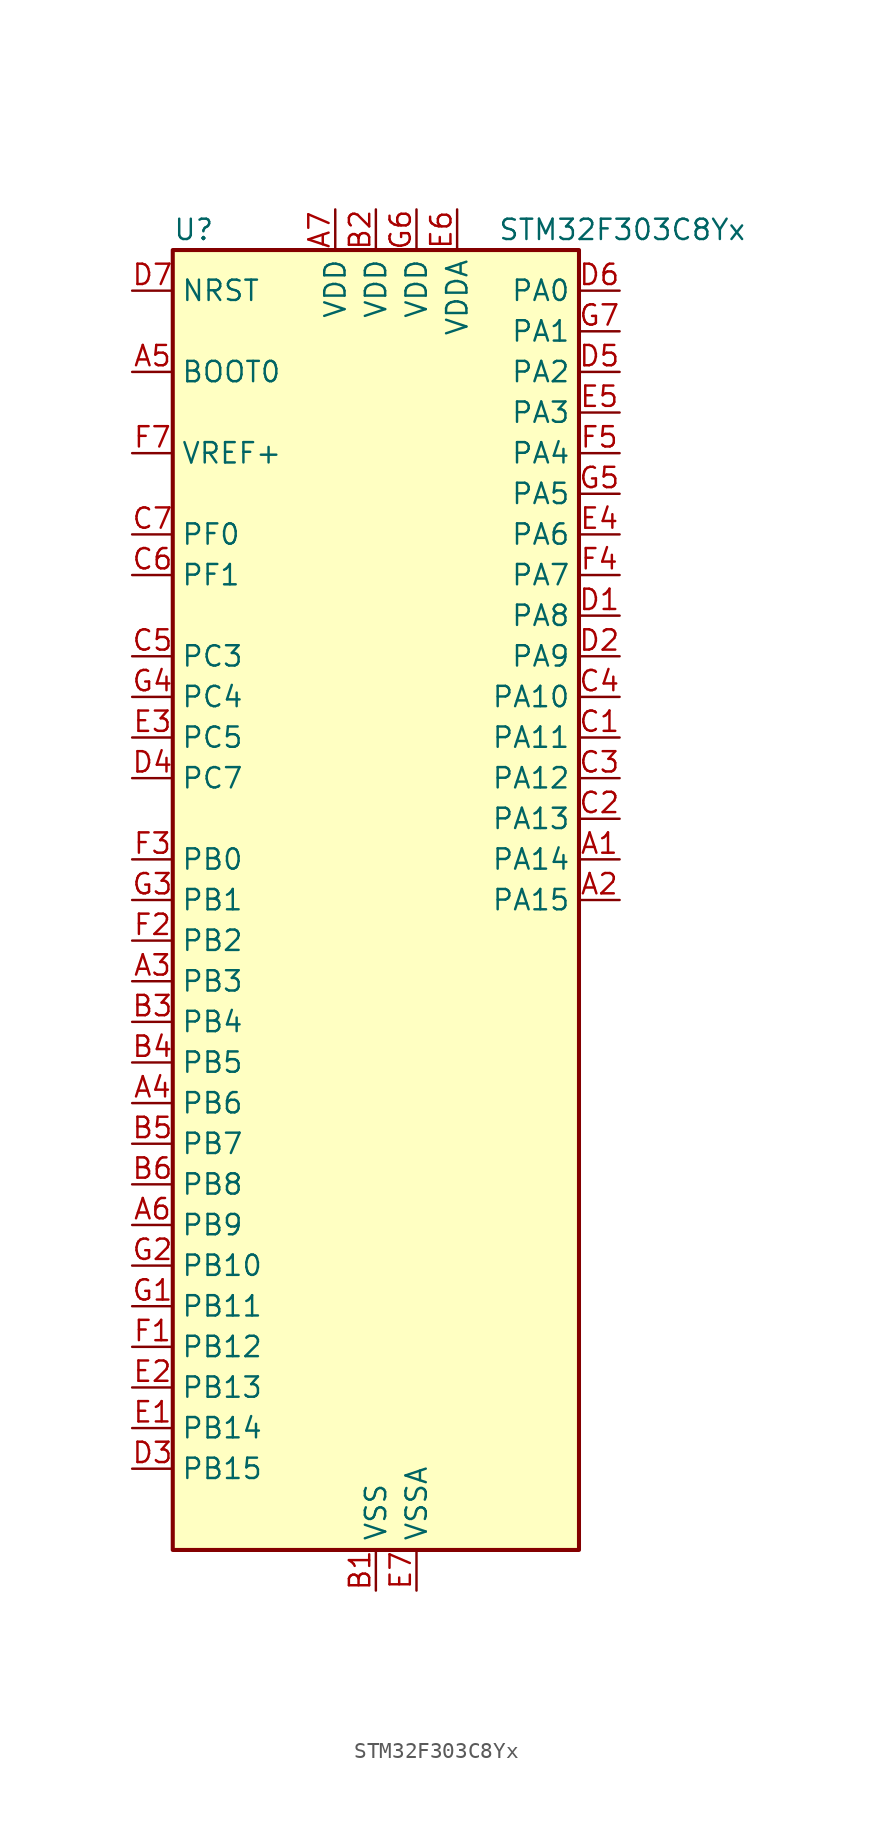
<source format=kicad_sym>
(kicad_symbol_lib
  (version 20231120)
  (generator "kicad_symbol_editor")
  (generator_version "8.0")
  (symbol "STM32F303C8Yx"
    (property "Reference" "U"
      (at -12.7 41.91 0)
      (effects (font (size 1.27 1.27)) (justify left)))
    (property "Value" "STM32F303C8Yx"
      (at 7.62 41.91 0)
      (effects (font (size 1.27 1.27)) (justify left)))
    (property "ki_locked" ""
      (at 0 0 0)
      (effects (font (size 1.27 1.27))))
    (symbol "STM32F303C8Yx_0_1"
      (rectangle (start -12.7 -40.64) (end 12.7 40.64) (stroke (width 0.254) (type default)) (fill (type background))))
    (symbol "STM32F303C8Yx_1_1"
      (pin bidirectional line (at 15.24 2.54 180) (length 2.54) (name "PA14" (effects (font (size 1.27 1.27)))) (number "A1" (effects (font (size 1.27 1.27)))) (alternate "I2C1_SDA" bidirectional line) (alternate "SYS_JTCK-SWCLK" bidirectional line) (alternate "TIM1_BKIN" bidirectional line) (alternate "TSC_G4_IO4" bidirectional line) (alternate "USART2_TX" bidirectional line))
      (pin bidirectional line (at 15.24 0 180) (length 2.54) (name "PA15" (effects (font (size 1.27 1.27)))) (number "A2" (effects (font (size 1.27 1.27)))) (alternate "I2C1_SCL" bidirectional line) (alternate "SPI1_NSS" bidirectional line) (alternate "SYS_JTDI" bidirectional line) (alternate "TIM1_BKIN" bidirectional line) (alternate "TIM2_CH1" bidirectional line) (alternate "TIM2_ETR" bidirectional line) (alternate "TSC_SYNC" bidirectional line) (alternate "USART2_RX" bidirectional line))
      (pin bidirectional line (at -15.24 -5.08 0) (length 2.54) (name "PB3" (effects (font (size 1.27 1.27)))) (number "A3" (effects (font (size 1.27 1.27)))) (alternate "SPI1_SCK" bidirectional line) (alternate "SYS_JTDO-TRACESWO" bidirectional line) (alternate "TIM2_CH2" bidirectional line) (alternate "TIM3_ETR" bidirectional line) (alternate "TSC_G5_IO1" bidirectional line) (alternate "USART2_TX" bidirectional line))
      (pin bidirectional line (at -15.24 -12.7 0) (length 2.54) (name "PB6" (effects (font (size 1.27 1.27)))) (number "A4" (effects (font (size 1.27 1.27)))) (alternate "I2C1_SCL" bidirectional line) (alternate "TIM16_CH1N" bidirectional line) (alternate "TSC_G5_IO3" bidirectional line) (alternate "USART1_TX" bidirectional line))
      (pin input line (at -15.24 33.02 0) (length 2.54) (name "BOOT0" (effects (font (size 1.27 1.27)))) (number "A5" (effects (font (size 1.27 1.27)))))
      (pin bidirectional line (at -15.24 -20.32 0) (length 2.54) (name "PB9" (effects (font (size 1.27 1.27)))) (number "A6" (effects (font (size 1.27 1.27)))) (alternate "CAN_TX" bidirectional line) (alternate "COMP2_OUT" bidirectional line) (alternate "DAC1_EXTI9" bidirectional line) (alternate "DAC2_EXTI9" bidirectional line) (alternate "I2C1_SDA" bidirectional line) (alternate "IR_OUT" bidirectional line) (alternate "TIM17_CH1" bidirectional line) (alternate "USART3_TX" bidirectional line))
      (pin power_in line (at -2.54 43.18 270) (length 2.54) (name "VDD" (effects (font (size 1.27 1.27)))) (number "A7" (effects (font (size 1.27 1.27)))))
      (pin power_in line (at 0 -43.18 90) (length 2.54) (name "VSS" (effects (font (size 1.27 1.27)))) (number "B1" (effects (font (size 1.27 1.27)))))
      (pin power_in line (at 0 43.18 270) (length 2.54) (name "VDD" (effects (font (size 1.27 1.27)))) (number "B2" (effects (font (size 1.27 1.27)))))
      (pin bidirectional line (at -15.24 -7.62 0) (length 2.54) (name "PB4" (effects (font (size 1.27 1.27)))) (number "B3" (effects (font (size 1.27 1.27)))) (alternate "SPI1_MISO" bidirectional line) (alternate "SYS_NJTRST" bidirectional line) (alternate "TIM16_CH1" bidirectional line) (alternate "TIM17_BKIN" bidirectional line) (alternate "TIM3_CH1" bidirectional line) (alternate "TSC_G5_IO2" bidirectional line) (alternate "USART2_RX" bidirectional line))
      (pin bidirectional line (at -15.24 -10.16 0) (length 2.54) (name "PB5" (effects (font (size 1.27 1.27)))) (number "B4" (effects (font (size 1.27 1.27)))) (alternate "I2C1_SMBA" bidirectional line) (alternate "SPI1_MOSI" bidirectional line) (alternate "TIM16_BKIN" bidirectional line) (alternate "TIM17_CH1" bidirectional line) (alternate "TIM3_CH2" bidirectional line) (alternate "USART2_CK" bidirectional line))
      (pin bidirectional line (at -15.24 -15.24 0) (length 2.54) (name "PB7" (effects (font (size 1.27 1.27)))) (number "B5" (effects (font (size 1.27 1.27)))) (alternate "I2C1_SDA" bidirectional line) (alternate "TIM17_CH1N" bidirectional line) (alternate "TIM3_CH4" bidirectional line) (alternate "TSC_G5_IO4" bidirectional line) (alternate "USART1_RX" bidirectional line))
      (pin bidirectional line (at -15.24 -17.78 0) (length 2.54) (name "PB8" (effects (font (size 1.27 1.27)))) (number "B6" (effects (font (size 1.27 1.27)))) (alternate "CAN_RX" bidirectional line) (alternate "I2C1_SCL" bidirectional line) (alternate "TIM16_CH1" bidirectional line) (alternate "TIM1_BKIN" bidirectional line) (alternate "TSC_SYNC" bidirectional line) (alternate "USART3_RX" bidirectional line))
      (pin passive line (at 0 -43.18 90) (length 2.54) hide (name "VSS" (effects (font (size 1.27 1.27)))) (number "B7" (effects (font (size 1.27 1.27)))))
      (pin bidirectional line (at 15.24 10.16 180) (length 2.54) (name "PA11" (effects (font (size 1.27 1.27)))) (number "C1" (effects (font (size 1.27 1.27)))) (alternate "CAN_RX" bidirectional line) (alternate "TIM1_BKIN2" bidirectional line) (alternate "TIM1_CH1N" bidirectional line) (alternate "TIM1_CH4" bidirectional line) (alternate "USART1_CTS" bidirectional line))
      (pin bidirectional line (at 15.24 5.08 180) (length 2.54) (name "PA13" (effects (font (size 1.27 1.27)))) (number "C2" (effects (font (size 1.27 1.27)))) (alternate "IR_OUT" bidirectional line) (alternate "SYS_JTMS-SWDIO" bidirectional line) (alternate "TIM16_CH1N" bidirectional line) (alternate "TSC_G4_IO3" bidirectional line) (alternate "USART3_CTS" bidirectional line))
      (pin bidirectional line (at 15.24 7.62 180) (length 2.54) (name "PA12" (effects (font (size 1.27 1.27)))) (number "C3" (effects (font (size 1.27 1.27)))) (alternate "CAN_TX" bidirectional line) (alternate "COMP2_OUT" bidirectional line) (alternate "TIM16_CH1" bidirectional line) (alternate "TIM1_CH2N" bidirectional line) (alternate "TIM1_ETR" bidirectional line) (alternate "USART1_DE" bidirectional line) (alternate "USART1_RTS" bidirectional line))
      (pin bidirectional line (at 15.24 12.7 180) (length 2.54) (name "PA10" (effects (font (size 1.27 1.27)))) (number "C4" (effects (font (size 1.27 1.27)))) (alternate "COMP6_OUT" bidirectional line) (alternate "TIM17_BKIN" bidirectional line) (alternate "TIM1_CH3" bidirectional line) (alternate "TIM2_CH4" bidirectional line) (alternate "TSC_G4_IO2" bidirectional line) (alternate "USART1_RX" bidirectional line))
      (pin bidirectional line (at -15.24 15.24 0) (length 2.54) (name "PC3" (effects (font (size 1.27 1.27)))) (number "C5" (effects (font (size 1.27 1.27)))) (alternate "ADC1_IN9" bidirectional line) (alternate "ADC2_IN9" bidirectional line) (alternate "TIM1_BKIN2" bidirectional line) (alternate "TIM1_CH4" bidirectional line))
      (pin bidirectional line (at -15.24 20.32 0) (length 2.54) (name "PF1" (effects (font (size 1.27 1.27)))) (number "C6" (effects (font (size 1.27 1.27)))) (alternate "RCC_OSC_OUT" bidirectional line))
      (pin bidirectional line (at -15.24 22.86 0) (length 2.54) (name "PF0" (effects (font (size 1.27 1.27)))) (number "C7" (effects (font (size 1.27 1.27)))) (alternate "RCC_OSC_IN" bidirectional line) (alternate "TIM1_CH3N" bidirectional line))
      (pin bidirectional line (at 15.24 17.78 180) (length 2.54) (name "PA8" (effects (font (size 1.27 1.27)))) (number "D1" (effects (font (size 1.27 1.27)))) (alternate "RCC_MCO" bidirectional line) (alternate "TIM1_CH1" bidirectional line) (alternate "USART1_CK" bidirectional line))
      (pin bidirectional line (at 15.24 15.24 180) (length 2.54) (name "PA9" (effects (font (size 1.27 1.27)))) (number "D2" (effects (font (size 1.27 1.27)))) (alternate "DAC1_EXTI9" bidirectional line) (alternate "DAC2_EXTI9" bidirectional line) (alternate "TIM15_BKIN" bidirectional line) (alternate "TIM1_CH2" bidirectional line) (alternate "TIM2_CH3" bidirectional line) (alternate "TSC_G4_IO1" bidirectional line) (alternate "USART1_TX" bidirectional line))
      (pin bidirectional line (at -15.24 -35.56 0) (length 2.54) (name "PB15" (effects (font (size 1.27 1.27)))) (number "D3" (effects (font (size 1.27 1.27)))) (alternate "ADC2_IN15" bidirectional line) (alternate "COMP6_INM" bidirectional line) (alternate "RTC_REFIN" bidirectional line) (alternate "TIM15_CH1N" bidirectional line) (alternate "TIM15_CH2" bidirectional line) (alternate "TIM1_CH3N" bidirectional line))
      (pin bidirectional line (at -15.24 7.62 0) (length 2.54) (name "PC7" (effects (font (size 1.27 1.27)))) (number "D4" (effects (font (size 1.27 1.27)))) (alternate "TIM3_CH2" bidirectional line))
      (pin bidirectional line (at 15.24 33.02 180) (length 2.54) (name "PA2" (effects (font (size 1.27 1.27)))) (number "D5" (effects (font (size 1.27 1.27)))) (alternate "ADC1_IN3" bidirectional line) (alternate "COMP2_INM" bidirectional line) (alternate "COMP2_OUT" bidirectional line) (alternate "TIM15_CH1" bidirectional line) (alternate "TIM2_CH3" bidirectional line) (alternate "TSC_G1_IO3" bidirectional line) (alternate "USART2_TX" bidirectional line))
      (pin bidirectional line (at 15.24 38.1 180) (length 2.54) (name "PA0" (effects (font (size 1.27 1.27)))) (number "D6" (effects (font (size 1.27 1.27)))) (alternate "ADC1_IN1" bidirectional line) (alternate "RTC_TAMP2" bidirectional line) (alternate "SYS_WKUP1" bidirectional line) (alternate "TIM2_CH1" bidirectional line) (alternate "TIM2_ETR" bidirectional line) (alternate "TSC_G1_IO1" bidirectional line) (alternate "USART2_CTS" bidirectional line))
      (pin input line (at -15.24 38.1 0) (length 2.54) (name "NRST" (effects (font (size 1.27 1.27)))) (number "D7" (effects (font (size 1.27 1.27)))))
      (pin bidirectional line (at -15.24 -33.02 0) (length 2.54) (name "PB14" (effects (font (size 1.27 1.27)))) (number "E1" (effects (font (size 1.27 1.27)))) (alternate "ADC2_IN14" bidirectional line) (alternate "OPAMP2_VINP" bidirectional line) (alternate "OPAMP2_VINP_SEC" bidirectional line) (alternate "TIM15_CH1" bidirectional line) (alternate "TIM1_CH2N" bidirectional line) (alternate "TSC_G6_IO4" bidirectional line) (alternate "USART3_DE" bidirectional line) (alternate "USART3_RTS" bidirectional line))
      (pin bidirectional line (at -15.24 -30.48 0) (length 2.54) (name "PB13" (effects (font (size 1.27 1.27)))) (number "E2" (effects (font (size 1.27 1.27)))) (alternate "ADC1_IN13" bidirectional line) (alternate "TIM1_CH1N" bidirectional line) (alternate "TSC_G6_IO3" bidirectional line) (alternate "USART3_CTS" bidirectional line))
      (pin bidirectional line (at -15.24 10.16 0) (length 2.54) (name "PC5" (effects (font (size 1.27 1.27)))) (number "E3" (effects (font (size 1.27 1.27)))) (alternate "ADC2_IN11" bidirectional line) (alternate "OPAMP2_VINM" bidirectional line) (alternate "OPAMP2_VINM_SEC" bidirectional line) (alternate "TIM15_BKIN" bidirectional line) (alternate "TSC_G3_IO1" bidirectional line) (alternate "USART1_RX" bidirectional line))
      (pin bidirectional line (at 15.24 22.86 180) (length 2.54) (name "PA6" (effects (font (size 1.27 1.27)))) (number "E4" (effects (font (size 1.27 1.27)))) (alternate "ADC2_IN3" bidirectional line) (alternate "DAC2_OUT1" bidirectional line) (alternate "OPAMP2_VOUT" bidirectional line) (alternate "SPI1_MISO" bidirectional line) (alternate "TIM16_CH1" bidirectional line) (alternate "TIM1_BKIN" bidirectional line) (alternate "TIM3_CH1" bidirectional line) (alternate "TSC_G2_IO3" bidirectional line))
      (pin bidirectional line (at 15.24 30.48 180) (length 2.54) (name "PA3" (effects (font (size 1.27 1.27)))) (number "E5" (effects (font (size 1.27 1.27)))) (alternate "ADC1_IN4" bidirectional line) (alternate "TIM15_CH2" bidirectional line) (alternate "TIM2_CH4" bidirectional line) (alternate "TSC_G1_IO4" bidirectional line) (alternate "USART2_RX" bidirectional line))
      (pin power_in line (at 5.08 43.18 270) (length 2.54) (name "VDDA" (effects (font (size 1.27 1.27)))) (number "E6" (effects (font (size 1.27 1.27)))))
      (pin power_in line (at 2.54 -43.18 90) (length 2.54) (name "VSSA" (effects (font (size 1.27 1.27)))) (number "E7" (effects (font (size 1.27 1.27)))))
      (pin bidirectional line (at -15.24 -27.94 0) (length 2.54) (name "PB12" (effects (font (size 1.27 1.27)))) (number "F1" (effects (font (size 1.27 1.27)))) (alternate "ADC2_IN13" bidirectional line) (alternate "TIM1_BKIN" bidirectional line) (alternate "TSC_G6_IO2" bidirectional line) (alternate "USART3_CK" bidirectional line))
      (pin bidirectional line (at -15.24 -2.54 0) (length 2.54) (name "PB2" (effects (font (size 1.27 1.27)))) (number "F2" (effects (font (size 1.27 1.27)))) (alternate "ADC2_IN12" bidirectional line) (alternate "COMP4_INM" bidirectional line) (alternate "TSC_G3_IO4" bidirectional line))
      (pin bidirectional line (at -15.24 2.54 0) (length 2.54) (name "PB0" (effects (font (size 1.27 1.27)))) (number "F3" (effects (font (size 1.27 1.27)))) (alternate "ADC1_IN11" bidirectional line) (alternate "COMP4_INP" bidirectional line) (alternate "OPAMP2_VINP" bidirectional line) (alternate "OPAMP2_VINP_SEC" bidirectional line) (alternate "TIM1_CH2N" bidirectional line) (alternate "TIM3_CH3" bidirectional line) (alternate "TSC_G3_IO2" bidirectional line))
      (pin bidirectional line (at 15.24 20.32 180) (length 2.54) (name "PA7" (effects (font (size 1.27 1.27)))) (number "F4" (effects (font (size 1.27 1.27)))) (alternate "ADC2_IN4" bidirectional line) (alternate "COMP2_INP" bidirectional line) (alternate "OPAMP2_VINP" bidirectional line) (alternate "OPAMP2_VINP_SEC" bidirectional line) (alternate "SPI1_MOSI" bidirectional line) (alternate "TIM17_CH1" bidirectional line) (alternate "TIM1_CH1N" bidirectional line) (alternate "TIM3_CH2" bidirectional line) (alternate "TSC_G2_IO4" bidirectional line))
      (pin bidirectional line (at 15.24 27.94 180) (length 2.54) (name "PA4" (effects (font (size 1.27 1.27)))) (number "F5" (effects (font (size 1.27 1.27)))) (alternate "ADC2_IN1" bidirectional line) (alternate "COMP2_INM" bidirectional line) (alternate "COMP4_INM" bidirectional line) (alternate "COMP6_INM" bidirectional line) (alternate "DAC1_OUT1" bidirectional line) (alternate "SPI1_NSS" bidirectional line) (alternate "TIM3_CH2" bidirectional line) (alternate "TSC_G2_IO1" bidirectional line) (alternate "USART2_CK" bidirectional line))
      (pin passive line (at 0 -43.18 90) (length 2.54) hide (name "VSS" (effects (font (size 1.27 1.27)))) (number "F6" (effects (font (size 1.27 1.27)))))
      (pin input line (at -15.24 27.94 0) (length 2.54) (name "VREF+" (effects (font (size 1.27 1.27)))) (number "F7" (effects (font (size 1.27 1.27)))))
      (pin bidirectional line (at -15.24 -25.4 0) (length 2.54) (name "PB11" (effects (font (size 1.27 1.27)))) (number "G1" (effects (font (size 1.27 1.27)))) (alternate "COMP6_INP" bidirectional line) (alternate "TIM2_CH4" bidirectional line) (alternate "TSC_G6_IO1" bidirectional line) (alternate "USART3_RX" bidirectional line))
      (pin bidirectional line (at -15.24 -22.86 0) (length 2.54) (name "PB10" (effects (font (size 1.27 1.27)))) (number "G2" (effects (font (size 1.27 1.27)))) (alternate "TIM2_CH3" bidirectional line) (alternate "TSC_SYNC" bidirectional line) (alternate "USART3_TX" bidirectional line))
      (pin bidirectional line (at -15.24 0 0) (length 2.54) (name "PB1" (effects (font (size 1.27 1.27)))) (number "G3" (effects (font (size 1.27 1.27)))) (alternate "ADC1_IN12" bidirectional line) (alternate "COMP4_OUT" bidirectional line) (alternate "TIM1_CH3N" bidirectional line) (alternate "TIM3_CH4" bidirectional line) (alternate "TSC_G3_IO3" bidirectional line))
      (pin bidirectional line (at -15.24 12.7 0) (length 2.54) (name "PC4" (effects (font (size 1.27 1.27)))) (number "G4" (effects (font (size 1.27 1.27)))) (alternate "ADC2_IN5" bidirectional line) (alternate "TIM1_ETR" bidirectional line) (alternate "USART1_TX" bidirectional line))
      (pin bidirectional line (at 15.24 25.4 180) (length 2.54) (name "PA5" (effects (font (size 1.27 1.27)))) (number "G5" (effects (font (size 1.27 1.27)))) (alternate "ADC2_IN2" bidirectional line) (alternate "DAC1_OUT2" bidirectional line) (alternate "OPAMP2_VINM" bidirectional line) (alternate "OPAMP2_VINM_SEC" bidirectional line) (alternate "SPI1_SCK" bidirectional line) (alternate "TIM2_CH1" bidirectional line) (alternate "TIM2_ETR" bidirectional line) (alternate "TSC_G2_IO2" bidirectional line))
      (pin power_in line (at 2.54 43.18 270) (length 2.54) (name "VDD" (effects (font (size 1.27 1.27)))) (number "G6" (effects (font (size 1.27 1.27)))))
      (pin bidirectional line (at 15.24 35.56 180) (length 2.54) (name "PA1" (effects (font (size 1.27 1.27)))) (number "G7" (effects (font (size 1.27 1.27)))) (alternate "ADC1_IN2" bidirectional line) (alternate "RTC_REFIN" bidirectional line) (alternate "TIM15_CH1N" bidirectional line) (alternate "TIM2_CH2" bidirectional line) (alternate "TSC_G1_IO2" bidirectional line) (alternate "USART2_DE" bidirectional line) (alternate "USART2_RTS" bidirectional line)))))
</source>
